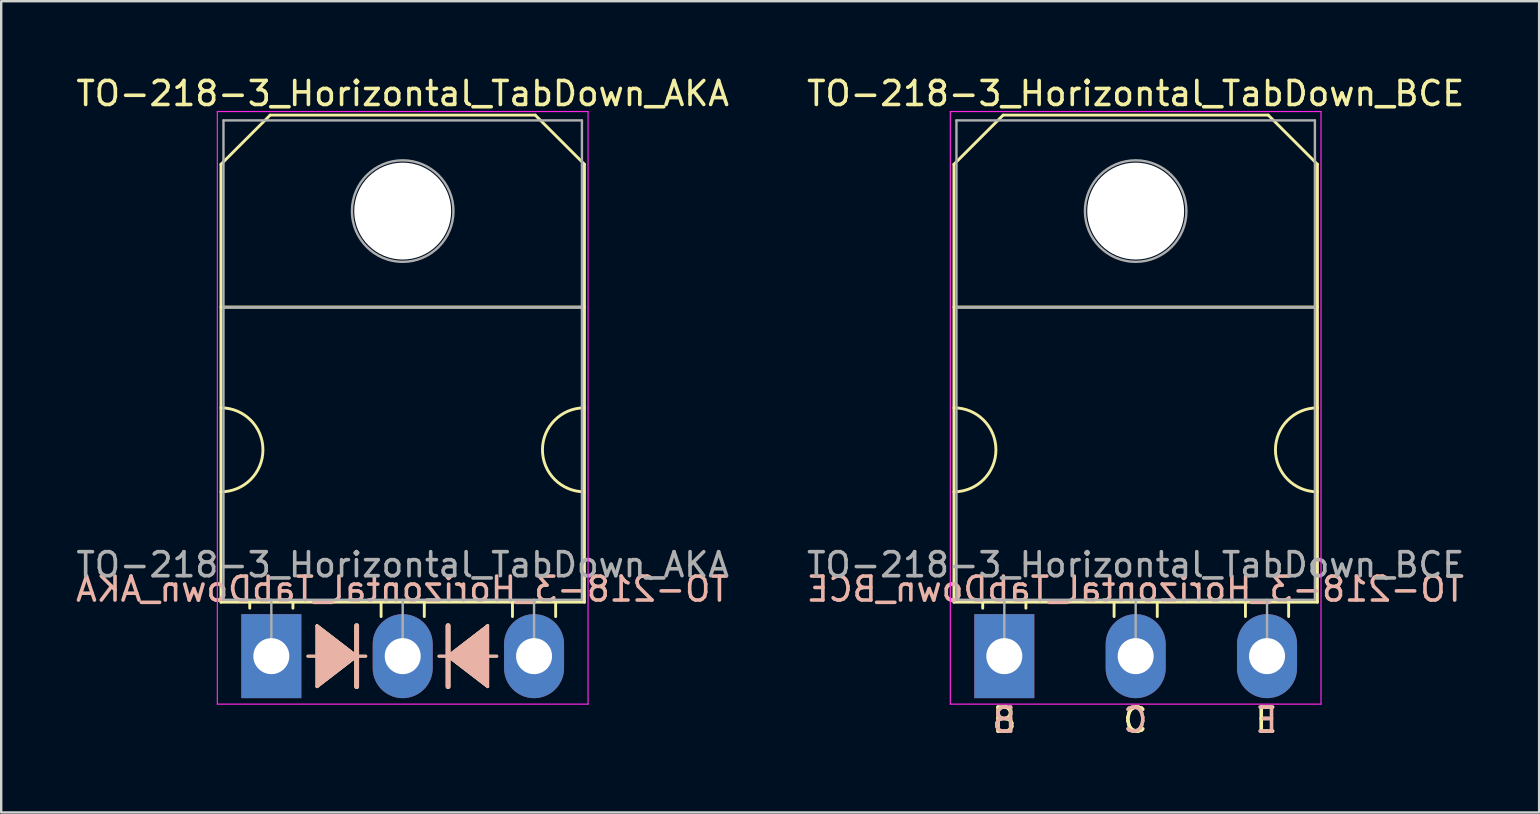
<source format=kicad_pcb>
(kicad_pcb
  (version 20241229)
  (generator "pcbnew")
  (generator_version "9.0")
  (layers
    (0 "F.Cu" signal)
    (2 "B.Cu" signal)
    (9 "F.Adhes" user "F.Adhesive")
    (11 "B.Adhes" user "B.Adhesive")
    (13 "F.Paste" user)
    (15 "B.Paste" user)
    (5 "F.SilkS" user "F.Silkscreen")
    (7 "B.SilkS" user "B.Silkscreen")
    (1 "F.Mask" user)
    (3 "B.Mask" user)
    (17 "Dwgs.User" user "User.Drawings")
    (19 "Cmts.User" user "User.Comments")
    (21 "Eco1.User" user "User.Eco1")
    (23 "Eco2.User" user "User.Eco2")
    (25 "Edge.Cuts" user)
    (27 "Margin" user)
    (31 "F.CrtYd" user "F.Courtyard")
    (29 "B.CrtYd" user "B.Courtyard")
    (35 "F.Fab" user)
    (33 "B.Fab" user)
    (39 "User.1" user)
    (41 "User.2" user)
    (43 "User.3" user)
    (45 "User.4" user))
  (footprint "TO-218-3_Horizontal_TabDown_BCE"
    (layer "F.Cu")
    (at 38.809 24.298)
    (property "Reference" "TO-218-3_Horizontal_TabDown_BCE" (at 5.475 -23.45 0) (layer "F.SilkS") (effects (font (size 1 1) (thickness 0.15))))
    (fp_line (start -2.1 -20.5) (end -0.05 -22.55) (stroke (width 0.12) (type solid)) (layer "F.SilkS"))
    (fp_line (start -2.1 -14.55) (end 13.05 -14.55) (stroke (width 0.12) (type solid)) (layer "F.SilkS"))
    (fp_line (start -2.1 -2.25) (end -2.1 -20.5) (stroke (width 0.12) (type solid)) (layer "F.SilkS"))
    (fp_line (start -0.9 -2.2) (end -0.9 -2) (stroke (width 0.12) (type solid)) (layer "F.SilkS"))
    (fp_line (start -0.05 -22.55) (end 11 -22.55) (stroke (width 0.12) (type solid)) (layer "F.SilkS"))
    (fp_line (start 0.9 -2.2) (end 0.9 -2) (stroke (width 0.12) (type solid)) (layer "F.SilkS"))
    (fp_line (start 4.575 -2.2) (end 4.575 -1.65) (stroke (width 0.12) (type solid)) (layer "F.SilkS"))
    (fp_line (start 6.375 -2.2) (end 6.375 -1.65) (stroke (width 0.12) (type solid)) (layer "F.SilkS"))
    (fp_line (start 10.05 -2.2) (end 10.05 -1.65) (stroke (width 0.12) (type solid)) (layer "F.SilkS"))
    (fp_line (start 11.85 -2.2) (end 11.85 -1.65) (stroke (width 0.12) (type solid)) (layer "F.SilkS"))
    (fp_line (start 13.05 -20.5) (end 11 -22.55) (stroke (width 0.12) (type solid)) (layer "F.SilkS"))
    (fp_line (start 13.05 -20.5) (end 13.05 -2.25) (stroke (width 0.12) (type solid)) (layer "F.SilkS"))
    (fp_line (start 13.05 -2.25) (end -2.1 -2.25) (stroke (width 0.12) (type solid)) (layer "F.SilkS"))
    (fp_arc (start -2.1 -10.35) (mid -0.35 -8.6) (end -2.1 -6.85) (stroke (width 0.12) (type solid)) (layer "F.SilkS"))
    (fp_arc (start 13.05 -6.85) (mid 11.3 -8.6) (end 13.05 -10.35) (stroke (width 0.12) (type solid)) (layer "F.SilkS"))
    (fp_line (start -2.25 -22.7) (end -2.25 2) (stroke (width 0.05) (type solid)) (layer "F.CrtYd"))
    (fp_line (start -2.25 2) (end 13.2 2) (stroke (width 0.05) (type solid)) (layer "F.CrtYd"))
    (fp_line (start 13.2 -22.7) (end -2.25 -22.7) (stroke (width 0.05) (type solid)) (layer "F.CrtYd"))
    (fp_line (start 13.2 2) (end 13.2 -22.7) (stroke (width 0.05) (type solid)) (layer "F.CrtYd"))
    (fp_line (start -1.995 -22.33) (end 12.945 -22.33) (stroke (width 0.1) (type solid)) (layer "F.Fab"))
    (fp_line (start -1.995 -14.54) (end -1.995 -22.33) (stroke (width 0.1) (type solid)) (layer "F.Fab"))
    (fp_line (start -1.995 -14.54) (end 12.945 -14.54) (stroke (width 0.1) (type solid)) (layer "F.Fab"))
    (fp_line (start -1.995 -2.35) (end -1.995 -14.54) (stroke (width 0.1) (type solid)) (layer "F.Fab"))
    (fp_line (start 0 -2.35) (end 0 0) (stroke (width 0.1) (type solid)) (layer "F.Fab"))
    (fp_line (start 5.475 -2.35) (end 5.475 0) (stroke (width 0.1) (type solid)) (layer "F.Fab"))
    (fp_line (start 10.95 -2.35) (end 10.95 0) (stroke (width 0.1) (type solid)) (layer "F.Fab"))
    (fp_line (start 12.945 -22.33) (end 12.945 -14.54) (stroke (width 0.1) (type solid)) (layer "F.Fab"))
    (fp_line (start 12.945 -14.54) (end -1.995 -14.54) (stroke (width 0.1) (type solid)) (layer "F.Fab"))
    (fp_line (start 12.945 -14.54) (end 12.945 -2.35) (stroke (width 0.1) (type solid)) (layer "F.Fab"))
    (fp_line (start 12.945 -2.35) (end -1.995 -2.35) (stroke (width 0.1) (type solid)) (layer "F.Fab"))
    (fp_circle (center 5.475 -18.55) (end 7.59 -18.55) (stroke (width 0.1) (type solid)) (fill no) (layer "F.Fab"))
    (fp_text user "E" (at 10.922 2.667 0) (unlocked yes) (layer "F.SilkS") (effects (font (size 1 1) (thickness 0.15))))
    (fp_text user "B" (at 0 2.667 0) (unlocked yes) (layer "F.SilkS") (effects (font (size 1 1) (thickness 0.15))))
    (fp_text user "C" (at 5.461 2.667 0) (unlocked yes) (layer "F.SilkS") (effects (font (size 1 1) (thickness 0.15))))
    (fp_text user "${REFERENCE}" (at 5.461 -2.794 0) (layer "B.SilkS") (effects (font (size 1 1) (thickness 0.15)) (justify mirror)))
    (fp_text user "B" (at 0 2.667 0) (unlocked yes) (layer "B.SilkS") (effects (font (size 1 1) (thickness 0.15)) (justify mirror)))
    (fp_text user "E" (at 10.922 2.667 0) (unlocked yes) (layer "B.SilkS") (effects (font (size 1 1) (thickness 0.15)) (justify mirror)))
    (fp_text user "C" (at 5.461 2.667 0) (unlocked yes) (layer "B.SilkS") (effects (font (size 1 1) (thickness 0.15)) (justify mirror)))
    (fp_text user "${REFERENCE}" (at 5.475 -3.81 0) (layer "F.Fab") (effects (font (size 1 1) (thickness 0.15))))
    (pad "" np_thru_hole oval (at 5.475 -18.55) (size 4.04 4.04) (drill 4.04) (layers "*.Cu" "*.Mask"))
    (pad "1" thru_hole rect (at 0 0) (size 2.5 3.5) (drill 1.5) (layers "*.Cu" "*.Mask"))
    (pad "2" thru_hole oval (at 5.475 0) (size 2.5 3.5) (drill 1.5) (layers "*.Cu" "*.Mask"))
    (pad "3" thru_hole oval (at 10.95 0) (size 2.5 3.5) (drill 1.5) (layers "*.Cu" "*.Mask")))
  (footprint "TO-218-3_Horizontal_TabDown_AKA"
    (layer "F.Cu")
    (at 8.259 24.298)
    (property "Reference" "TO-218-3_Horizontal_TabDown_AKA" (at 5.475 -23.45 0) (layer "F.SilkS") (effects (font (size 1 1) (thickness 0.15))))
    (fp_line (start -2.1 -20.5) (end -0.05 -22.55) (stroke (width 0.12) (type solid)) (layer "F.SilkS"))
    (fp_line (start -2.1 -14.55) (end 13.05 -14.55) (stroke (width 0.12) (type solid)) (layer "F.SilkS"))
    (fp_line (start -2.1 -2.25) (end -2.1 -20.5) (stroke (width 0.12) (type solid)) (layer "F.SilkS"))
    (fp_line (start -0.9 -2.2) (end -0.9 -2) (stroke (width 0.12) (type solid)) (layer "F.SilkS"))
    (fp_line (start -0.05 -22.55) (end 11 -22.55) (stroke (width 0.12) (type solid)) (layer "F.SilkS"))
    (fp_line (start 0.9 -2.2) (end 0.9 -2) (stroke (width 0.12) (type solid)) (layer "F.SilkS"))
    (fp_line (start 1.524 0) (end 1.905 0) (stroke (width 0.12) (type solid)) (layer "F.SilkS"))
    (fp_line (start 1.905 -1.27) (end 1.905 1.27) (stroke (width 0.12) (type solid)) (layer "F.SilkS"))
    (fp_line (start 1.905 1.27) (end 3.556 0) (stroke (width 0.12) (type solid)) (layer "F.SilkS"))
    (fp_line (start 3.556 0) (end 1.905 -1.27) (stroke (width 0.12) (type solid)) (layer "F.SilkS"))
    (fp_line (start 3.556 0) (end 3.556 -1.27) (stroke (width 0.2) (type solid)) (layer "F.SilkS"))
    (fp_line (start 3.556 1.27) (end 3.556 0) (stroke (width 0.2) (type solid)) (layer "F.SilkS"))
    (fp_line (start 3.937 0) (end 3.556 0) (stroke (width 0.12) (type solid)) (layer "F.SilkS"))
    (fp_line (start 4.575 -2.2) (end 4.575 -1.65) (stroke (width 0.12) (type solid)) (layer "F.SilkS"))
    (fp_line (start 6.375 -2.2) (end 6.375 -1.65) (stroke (width 0.12) (type solid)) (layer "F.SilkS"))
    (fp_line (start 6.985 0) (end 7.366 0) (stroke (width 0.12) (type solid)) (layer "F.SilkS"))
    (fp_line (start 7.366 -1.27) (end 7.366 0) (stroke (width 0.2) (type solid)) (layer "F.SilkS"))
    (fp_line (start 7.366 0) (end 7.366 1.27) (stroke (width 0.2) (type solid)) (layer "F.SilkS"))
    (fp_line (start 7.366 0) (end 9.017 1.27) (stroke (width 0.12) (type solid)) (layer "F.SilkS"))
    (fp_line (start 9.017 -1.27) (end 7.366 0) (stroke (width 0.12) (type solid)) (layer "F.SilkS"))
    (fp_line (start 9.017 1.27) (end 9.017 -1.27) (stroke (width 0.12) (type solid)) (layer "F.SilkS"))
    (fp_line (start 9.398 0) (end 9.017 0) (stroke (width 0.12) (type solid)) (layer "F.SilkS"))
    (fp_line (start 10.05 -2.2) (end 10.05 -1.65) (stroke (width 0.12) (type solid)) (layer "F.SilkS"))
    (fp_line (start 11.85 -2.2) (end 11.85 -1.65) (stroke (width 0.12) (type solid)) (layer "F.SilkS"))
    (fp_line (start 13.05 -20.5) (end 11 -22.55) (stroke (width 0.12) (type solid)) (layer "F.SilkS"))
    (fp_line (start 13.05 -20.5) (end 13.05 -2.25) (stroke (width 0.12) (type solid)) (layer "F.SilkS"))
    (fp_line (start 13.05 -2.25) (end -2.1 -2.25) (stroke (width 0.12) (type solid)) (layer "F.SilkS"))
    (fp_arc (start -2.1 -10.35) (mid -0.35 -8.6) (end -2.1 -6.85) (stroke (width 0.12) (type solid)) (layer "F.SilkS"))
    (fp_arc (start 13.05 -6.85) (mid 11.3 -8.6) (end 13.05 -10.35) (stroke (width 0.12) (type solid)) (layer "F.SilkS"))
    (fp_poly (pts (xy 3.556 0) (xy 1.905 1.27) (xy 1.905 -1.27)) (stroke (width 0.1) (type solid)) (fill yes) (layer "F.SilkS"))
    (fp_poly (pts (xy 9.017 1.27) (xy 7.366 0) (xy 9.017 -1.27)) (stroke (width 0.1) (type solid)) (fill yes) (layer "F.SilkS"))
    (fp_line (start 1.524 0) (end 1.905 0) (stroke (width 0.12) (type solid)) (layer "B.SilkS"))
    (fp_line (start 1.905 -1.27) (end 3.556 0) (stroke (width 0.12) (type solid)) (layer "B.SilkS"))
    (fp_line (start 1.905 1.27) (end 1.905 -1.27) (stroke (width 0.12) (type solid)) (layer "B.SilkS"))
    (fp_line (start 3.556 -1.27) (end 3.556 0) (stroke (width 0.2) (type solid)) (layer "B.SilkS"))
    (fp_line (start 3.556 0) (end 1.905 1.27) (stroke (width 0.12) (type solid)) (layer "B.SilkS"))
    (fp_line (start 3.556 0) (end 3.556 1.27) (stroke (width 0.2) (type solid)) (layer "B.SilkS"))
    (fp_line (start 3.937 0) (end 3.556 0) (stroke (width 0.12) (type solid)) (layer "B.SilkS"))
    (fp_line (start 6.985 0) (end 7.366 0) (stroke (width 0.12) (type solid)) (layer "B.SilkS"))
    (fp_line (start 7.366 0) (end 7.366 -1.27) (stroke (width 0.2) (type solid)) (layer "B.SilkS"))
    (fp_line (start 7.366 0) (end 9.017 -1.27) (stroke (width 0.12) (type solid)) (layer "B.SilkS"))
    (fp_line (start 7.366 1.27) (end 7.366 0) (stroke (width 0.2) (type solid)) (layer "B.SilkS"))
    (fp_line (start 9.017 -1.27) (end 9.017 1.27) (stroke (width 0.12) (type solid)) (layer "B.SilkS"))
    (fp_line (start 9.017 1.27) (end 7.366 0) (stroke (width 0.12) (type solid)) (layer "B.SilkS"))
    (fp_line (start 9.398 0) (end 9.017 0) (stroke (width 0.12) (type solid)) (layer "B.SilkS"))
    (fp_poly (pts (xy 3.556 0) (xy 1.905 -1.27) (xy 1.905 1.27)) (stroke (width 0.1) (type solid)) (fill yes) (layer "B.SilkS"))
    (fp_poly (pts (xy 7.366 0) (xy 9.017 1.27) (xy 9.017 -1.27)) (stroke (width 0.1) (type solid)) (fill yes) (layer "B.SilkS"))
    (fp_line (start -2.25 -22.7) (end -2.25 2) (stroke (width 0.05) (type solid)) (layer "F.CrtYd"))
    (fp_line (start -2.25 2) (end 13.2 2) (stroke (width 0.05) (type solid)) (layer "F.CrtYd"))
    (fp_line (start 13.2 -22.7) (end -2.25 -22.7) (stroke (width 0.05) (type solid)) (layer "F.CrtYd"))
    (fp_line (start 13.2 2) (end 13.2 -22.7) (stroke (width 0.05) (type solid)) (layer "F.CrtYd"))
    (fp_line (start -1.995 -22.33) (end 12.945 -22.33) (stroke (width 0.1) (type solid)) (layer "F.Fab"))
    (fp_line (start -1.995 -14.54) (end -1.995 -22.33) (stroke (width 0.1) (type solid)) (layer "F.Fab"))
    (fp_line (start -1.995 -14.54) (end 12.945 -14.54) (stroke (width 0.1) (type solid)) (layer "F.Fab"))
    (fp_line (start -1.995 -2.35) (end -1.995 -14.54) (stroke (width 0.1) (type solid)) (layer "F.Fab"))
    (fp_line (start 0 -2.35) (end 0 0) (stroke (width 0.1) (type solid)) (layer "F.Fab"))
    (fp_line (start 5.475 -2.35) (end 5.475 0) (stroke (width 0.1) (type solid)) (layer "F.Fab"))
    (fp_line (start 10.95 -2.35) (end 10.95 0) (stroke (width 0.1) (type solid)) (layer "F.Fab"))
    (fp_line (start 12.945 -22.33) (end 12.945 -14.54) (stroke (width 0.1) (type solid)) (layer "F.Fab"))
    (fp_line (start 12.945 -14.54) (end -1.995 -14.54) (stroke (width 0.1) (type solid)) (layer "F.Fab"))
    (fp_line (start 12.945 -14.54) (end 12.945 -2.35) (stroke (width 0.1) (type solid)) (layer "F.Fab"))
    (fp_line (start 12.945 -2.35) (end -1.995 -2.35) (stroke (width 0.1) (type solid)) (layer "F.Fab"))
    (fp_circle (center 5.475 -18.55) (end 7.59 -18.55) (stroke (width 0.1) (type solid)) (fill no) (layer "F.Fab"))
    (fp_text user "${REFERENCE}" (at 5.461 -2.794 0) (layer "B.SilkS") (effects (font (size 1 1) (thickness 0.15)) (justify mirror)))
    (fp_text user "${REFERENCE}" (at 5.475 -3.81 0) (layer "F.Fab") (effects (font (size 1 1) (thickness 0.15))))
    (pad "" np_thru_hole oval (at 5.475 -18.55) (size 4.04 4.04) (drill 4.04) (layers "*.Cu" "*.Mask"))
    (pad "1" thru_hole rect (at 0 0) (size 2.5 3.5) (drill 1.5) (layers "*.Cu" "*.Mask"))
    (pad "2" thru_hole oval (at 5.475 0) (size 2.5 3.5) (drill 1.5) (layers "*.Cu" "*.Mask"))
    (pad "3" thru_hole oval (at 10.95 0) (size 2.5 3.5) (drill 1.5) (layers "*.Cu" "*.Mask")))
  (gr_rect
    (start -3 -3)
    (end 61.099 30.814)
    (stroke (width 0.1) (type default))
    (fill no)
    (layer "Edge.Cuts")))
</source>
